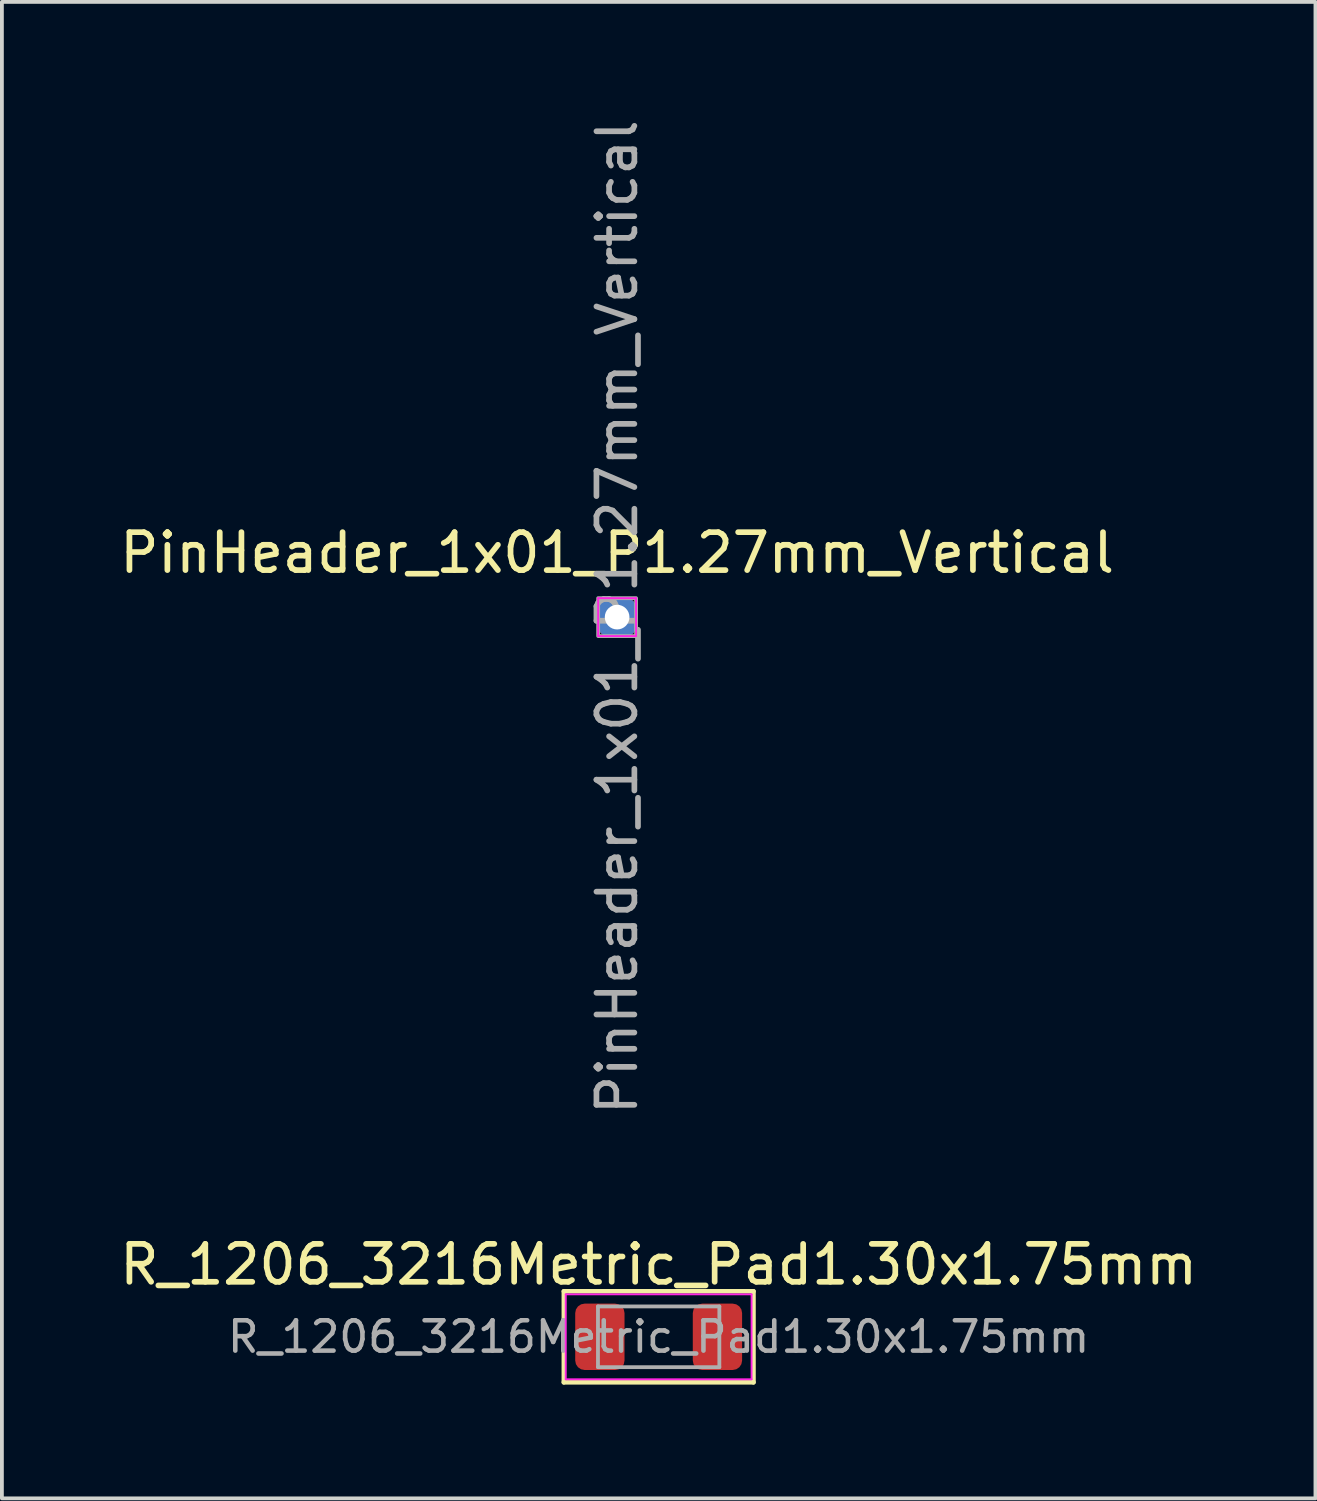
<source format=kicad_pcb>
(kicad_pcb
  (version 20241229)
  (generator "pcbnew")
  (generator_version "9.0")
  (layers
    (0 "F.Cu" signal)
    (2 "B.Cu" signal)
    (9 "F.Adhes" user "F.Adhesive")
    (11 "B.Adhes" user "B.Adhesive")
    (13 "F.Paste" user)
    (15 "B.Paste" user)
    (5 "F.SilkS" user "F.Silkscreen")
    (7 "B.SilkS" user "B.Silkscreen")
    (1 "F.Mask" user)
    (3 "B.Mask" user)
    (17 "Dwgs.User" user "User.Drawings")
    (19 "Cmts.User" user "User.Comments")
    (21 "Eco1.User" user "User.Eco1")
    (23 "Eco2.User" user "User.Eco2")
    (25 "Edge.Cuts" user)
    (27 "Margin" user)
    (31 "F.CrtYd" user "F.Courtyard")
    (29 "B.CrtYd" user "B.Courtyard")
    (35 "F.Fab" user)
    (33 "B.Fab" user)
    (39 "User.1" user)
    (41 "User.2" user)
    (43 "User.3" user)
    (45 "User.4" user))
  (footprint "PinHeader_1x01_P1.27mm_Vertical"
    (layer "F.Cu")
    (at 13.22 13.22)
    (property "Reference" "PinHeader_1x01_P1.27mm_Vertical" (at 0 -1.695 0) (layer "F.SilkS") (effects (font (size 1 1) (thickness 0.15))))
    (attr through_hole)
    (fp_line (start -0.5 -0.5) (end -0.5 0.5) (stroke (width 0.05) (type solid)) (layer "F.CrtYd"))
    (fp_line (start -0.5 0.5) (end 0.5 0.5) (stroke (width 0.05) (type solid)) (layer "F.CrtYd"))
    (fp_line (start 0.5 -0.5) (end -0.5 -0.5) (stroke (width 0.05) (type solid)) (layer "F.CrtYd"))
    (fp_line (start 0.5 0.5) (end 0.5 -0.5) (stroke (width 0.05) (type solid)) (layer "F.CrtYd"))
    (fp_rect (start -0.5 -0.5) (end 0.5 0.5) (stroke (width 0.1) (type default)) (fill no) (layer "F.Fab"))
    (fp_text user "${REFERENCE}" (at 0 0 90) (layer "F.Fab") (effects (font (size 1 1) (thickness 0.15))))
    (pad "1" thru_hole roundrect (at 0 0) (size 1 1) (drill 0.65) (layers "*.Cu" "*.Mask") (roundrect_rratio 0.25)))
  (footprint "R_1206_3216Metric_Pad1.30x1.75mm"
    (layer "F.Cu")
    (at 14.315 32.194)
    (property "Reference" "R_1206_3216Metric_Pad1.30x1.75mm" (at 0 -1.905 0) (layer "F.SilkS") (effects (font (size 1 1) (thickness 0.15))))
    (attr smd)
    (fp_line (start -2.5 -1.2) (end -2.5 1.2) (stroke (width 0.12) (type solid)) (layer "F.SilkS"))
    (fp_line (start -2.5 1.2) (end 2.5 1.2) (stroke (width 0.12) (type solid)) (layer "F.SilkS"))
    (fp_line (start 2.5 -1.2) (end -2.5 -1.2) (stroke (width 0.12) (type solid)) (layer "F.SilkS"))
    (fp_line (start 2.5 1.2) (end 2.5 -1.2) (stroke (width 0.12) (type solid)) (layer "F.SilkS"))
    (fp_line (start -2.45 -1.12) (end 2.45 -1.12) (stroke (width 0.05) (type solid)) (layer "F.CrtYd"))
    (fp_line (start -2.45 1.12) (end -2.45 -1.12) (stroke (width 0.05) (type solid)) (layer "F.CrtYd"))
    (fp_line (start 2.45 -1.12) (end 2.45 1.12) (stroke (width 0.05) (type solid)) (layer "F.CrtYd"))
    (fp_line (start 2.45 1.12) (end -2.45 1.12) (stroke (width 0.05) (type solid)) (layer "F.CrtYd"))
    (fp_line (start -1.6 -0.8) (end 1.6 -0.8) (stroke (width 0.1) (type solid)) (layer "F.Fab"))
    (fp_line (start -1.6 0.8) (end -1.6 -0.8) (stroke (width 0.1) (type solid)) (layer "F.Fab"))
    (fp_line (start 1.6 -0.8) (end 1.6 0.8) (stroke (width 0.1) (type solid)) (layer "F.Fab"))
    (fp_line (start 1.6 0.8) (end -1.6 0.8) (stroke (width 0.1) (type solid)) (layer "F.Fab"))
    (fp_text user "${REFERENCE}" (at 0 0 0) (layer "F.Fab") (effects (font (size 0.8 0.8) (thickness 0.12))))
    (pad "1" smd roundrect (at -1.55 0) (size 1.3 1.75) (layers "F.Cu" "F.Mask" "F.Paste") (roundrect_rratio 0.192))
    (pad "2" smd roundrect (at 1.55 0) (size 1.3 1.75) (layers "F.Cu" "F.Mask" "F.Paste") (roundrect_rratio 0.192)))
  (gr_rect
    (start -3 -3)
    (end 31.631 36.454)
    (stroke (width 0.1) (type default))
    (fill no)
    (layer "Edge.Cuts")))
</source>
